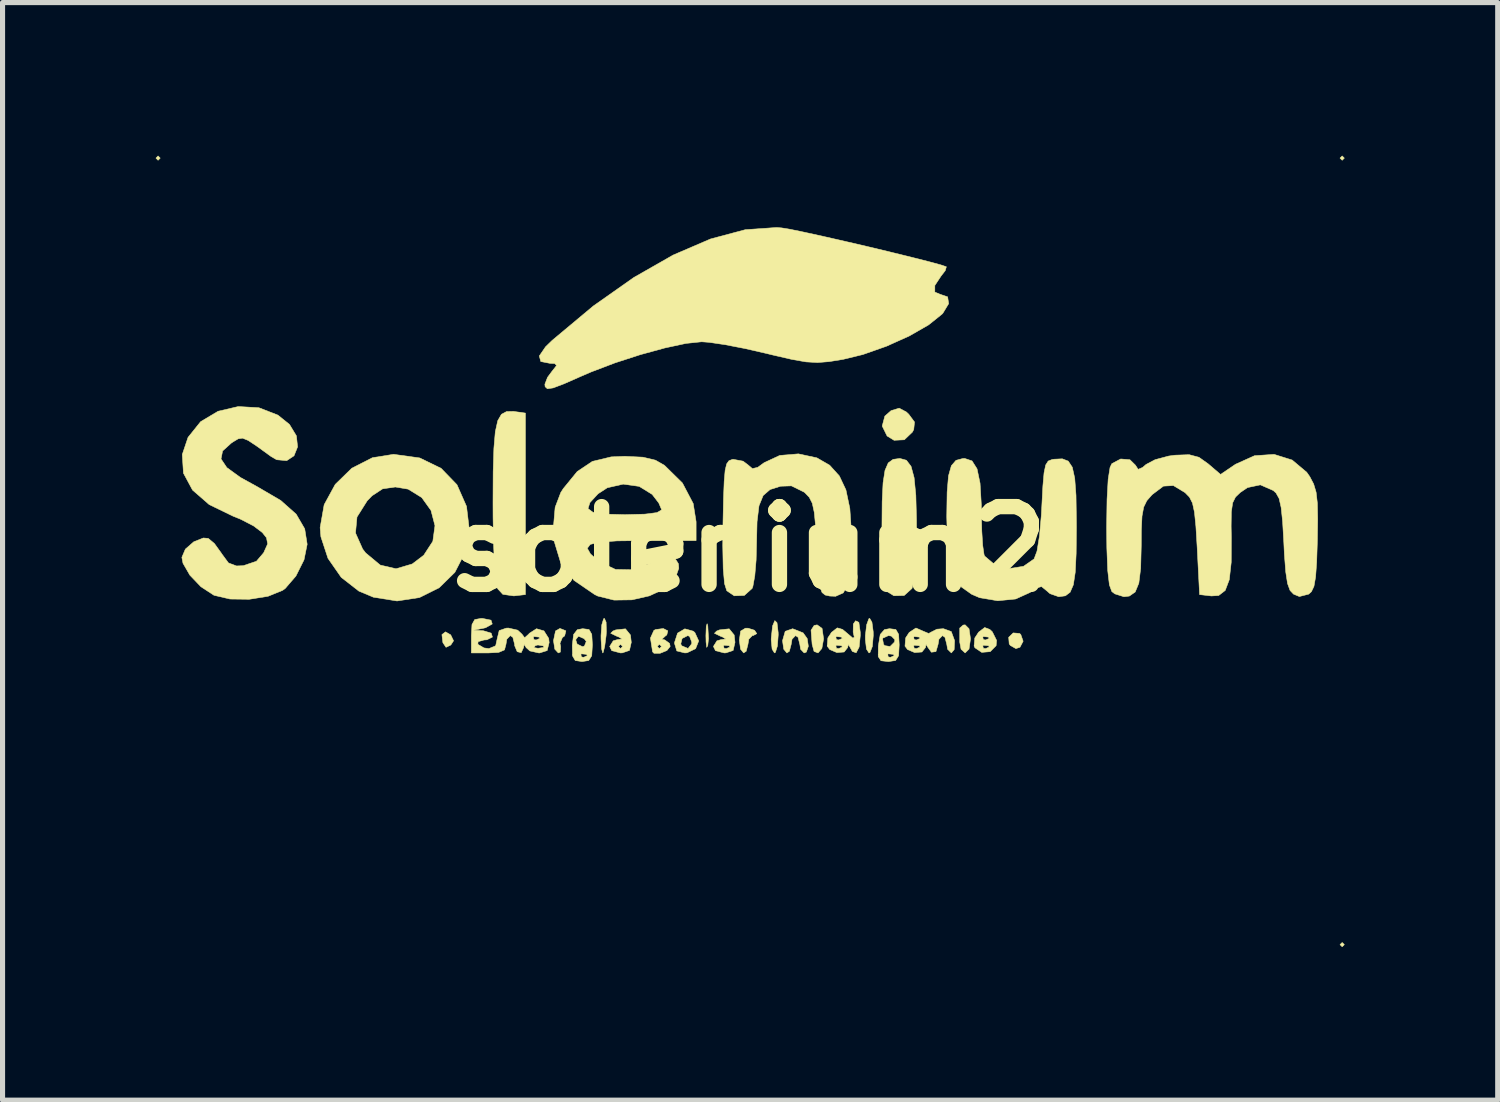
<source format=kicad_pcb>
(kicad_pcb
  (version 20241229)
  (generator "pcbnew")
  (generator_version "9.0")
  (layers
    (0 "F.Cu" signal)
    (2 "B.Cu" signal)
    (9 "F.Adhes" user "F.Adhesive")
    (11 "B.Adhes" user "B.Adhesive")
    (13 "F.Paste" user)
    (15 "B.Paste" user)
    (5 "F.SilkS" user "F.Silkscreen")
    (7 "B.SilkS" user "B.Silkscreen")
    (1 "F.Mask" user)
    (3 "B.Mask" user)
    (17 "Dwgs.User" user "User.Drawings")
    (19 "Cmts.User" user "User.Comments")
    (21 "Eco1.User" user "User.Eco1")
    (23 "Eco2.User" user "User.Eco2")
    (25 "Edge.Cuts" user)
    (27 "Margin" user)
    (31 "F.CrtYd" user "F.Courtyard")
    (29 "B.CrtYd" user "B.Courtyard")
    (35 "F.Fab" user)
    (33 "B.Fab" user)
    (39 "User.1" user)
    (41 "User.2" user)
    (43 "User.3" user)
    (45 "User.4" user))
  (footprint "solenium2"
    (layer "F.Cu")
    (at 11.604 7.71)
    (property "Reference" "solenium2" (at 0 0 0) (layer "F.SilkS") (effects (font (size 1.524 1.524) (thickness 0.3))))
    (attr through_hole)
    (fp_poly (pts (xy -11.515 -7.662) (xy -11.557 -7.62) (xy -11.599 -7.662) (xy -11.557 -7.705) (xy -11.515 -7.662)) (stroke (width 0.01) (type solid)) (fill yes) (layer "F.SilkS"))
    (fp_poly (pts (xy 11.684 -7.662) (xy 11.642 -7.62) (xy 11.599 -7.662) (xy 11.642 -7.705) (xy 11.684 -7.662)) (stroke (width 0.01) (type solid)) (fill yes) (layer "F.SilkS"))
    (fp_poly (pts (xy 11.684 7.747) (xy 11.642 7.789) (xy 11.599 7.747) (xy 11.642 7.705) (xy 11.684 7.747)) (stroke (width 0.01) (type solid)) (fill yes) (layer "F.SilkS"))
    (fp_poly (pts (xy -5.824 1.678) (xy -5.768 1.794) (xy -5.822 1.877) (xy -5.916 1.922) (xy -5.977 1.831) (xy -5.996 1.673) (xy -5.926 1.619) (xy -5.824 1.678)) (stroke (width 0.01) (type solid)) (fill yes) (layer "F.SilkS"))
    (fp_poly (pts (xy -0.787 1.503) (xy -0.773 1.75) (xy -0.787 1.884) (xy -0.808 1.924) (xy -0.821 1.818) (xy -0.824 1.693) (xy -0.817 1.51) (xy -0.8 1.46) (xy -0.787 1.503)) (stroke (width 0.01) (type solid)) (fill yes) (layer "F.SilkS"))
    (fp_poly (pts (xy 5.32 1.65) (xy 5.344 1.669) (xy 5.391 1.803) (xy 5.329 1.921) (xy 5.249 1.947) (xy 5.141 1.886) (xy 5.118 1.855) (xy 5.108 1.726) (xy 5.197 1.64) (xy 5.32 1.65)) (stroke (width 0.01) (type solid)) (fill yes) (layer "F.SilkS"))
    (fp_poly (pts (xy 1.452 1.551) (xy 1.482 1.757) (xy 1.448 1.944) (xy 1.373 2.032) (xy 1.295 2.002) (xy 1.257 1.863) (xy 1.242 1.667) (xy 1.236 1.587) (xy 1.296 1.494) (xy 1.355 1.482) (xy 1.452 1.551)) (stroke (width 0.01) (type solid)) (fill yes) (layer "F.SilkS"))
    (fp_poly (pts (xy -3.567 1.599) (xy -3.591 1.697) (xy -3.637 1.733) (xy -3.683 1.844) (xy -3.67 1.908) (xy -3.675 2.015) (xy -3.716 2.032) (xy -3.784 1.959) (xy -3.81 1.792) (xy -3.77 1.601) (xy -3.683 1.552) (xy -3.567 1.599)) (stroke (width 0.01) (type solid)) (fill yes) (layer "F.SilkS"))
    (fp_poly (pts (xy 0.569 1.44) (xy 0.592 1.634) (xy 0.593 1.679) (xy 0.577 1.896) (xy 0.538 2.021) (xy 0.519 2.032) (xy 0.473 1.958) (xy 0.455 1.776) (xy 0.456 1.743) (xy 0.482 1.503) (xy 0.526 1.399) (xy 0.569 1.44)) (stroke (width 0.01) (type solid)) (fill yes) (layer "F.SilkS"))
    (fp_poly (pts (xy 4.331 1.558) (xy 4.36 1.756) (xy 4.36 1.757) (xy 4.331 1.956) (xy 4.255 2.032) (xy 4.255 2.032) (xy 4.175 1.96) (xy 4.149 1.82) (xy 4.149 1.545) (xy 4.216 1.486) (xy 4.255 1.482) (xy 4.331 1.558)) (stroke (width 0.01) (type solid)) (fill yes) (layer "F.SilkS"))
    (fp_poly (pts (xy -2.779 1.429) (xy -2.774 1.616) (xy -2.779 1.693) (xy -2.807 1.905) (xy -2.837 2.023) (xy -2.845 2.032) (xy -2.866 1.957) (xy -2.878 1.769) (xy -2.879 1.693) (xy -2.864 1.481) (xy -2.828 1.363) (xy -2.813 1.355) (xy -2.779 1.429)) (stroke (width 0.01) (type solid)) (fill yes) (layer "F.SilkS"))
    (fp_poly (pts (xy 2.429 1.43) (xy 2.454 1.618) (xy 2.455 1.693) (xy 2.437 1.905) (xy 2.39 2.023) (xy 2.371 2.032) (xy 2.322 1.957) (xy 2.3 1.77) (xy 2.3 1.693) (xy 2.325 1.481) (xy 2.368 1.363) (xy 2.385 1.355) (xy 2.429 1.43)) (stroke (width 0.01) (type solid)) (fill yes) (layer "F.SilkS"))
    (fp_poly (pts (xy 3.104 -2.688) (xy 3.151 -2.643) (xy 3.263 -2.492) (xy 3.248 -2.347) (xy 3.223 -2.296) (xy 3.064 -2.144) (xy 2.863 -2.134) (xy 2.726 -2.218) (xy 2.63 -2.413) (xy 2.682 -2.608) (xy 2.804 -2.715) (xy 2.963 -2.763) (xy 3.104 -2.688)) (stroke (width 0.01) (type solid)) (fill yes) (layer "F.SilkS"))
    (fp_poly (pts (xy 0 1.547) (xy 0.129 1.588) (xy 0.173 1.654) (xy 0.101 1.693) (xy 0.085 1.693) (xy 0.016 1.764) (xy 0 1.863) (xy -0.035 2) (xy -0.085 2.032) (xy -0.145 1.959) (xy -0.169 1.783) (xy -0.144 1.604) (xy -0.049 1.547) (xy 0 1.547)) (stroke (width 0.01) (type solid)) (fill yes) (layer "F.SilkS"))
    (fp_poly (pts (xy 1.081 1.639) (xy 1.161 1.751) (xy 1.183 1.902) (xy 1.144 2.015) (xy 1.101 2.032) (xy 1.032 1.961) (xy 1.016 1.863) (xy 0.981 1.725) (xy 0.931 1.693) (xy 0.863 1.764) (xy 0.847 1.863) (xy 0.811 2) (xy 0.762 2.032) (xy 0.701 1.959) (xy 0.677 1.792) (xy 0.73 1.608) (xy 0.876 1.558) (xy 1.081 1.639)) (stroke (width 0.01) (type solid)) (fill yes) (layer "F.SilkS"))
    (fp_poly (pts (xy -4.567 -2.696) (xy -4.36 -2.667) (xy -4.36 0.889) (xy -4.587 0.915) (xy -4.803 0.884) (xy -4.905 0.773) (xy -4.938 0.624) (xy -4.965 0.327) (xy -4.984 -0.095) (xy -4.994 -0.621) (xy -4.995 -0.91) (xy -4.992 -1.517) (xy -4.978 -1.974) (xy -4.95 -2.301) (xy -4.902 -2.518) (xy -4.83 -2.643) (xy -4.729 -2.697) (xy -4.594 -2.7) (xy -4.567 -2.696)) (stroke (width 0.01) (type solid)) (fill yes) (layer "F.SilkS"))
    (fp_poly (pts (xy -2.302 1.681) (xy -2.286 1.825) (xy -2.322 1.983) (xy -2.463 2.031) (xy -2.498 2.032) (xy -2.668 1.988) (xy -2.709 1.905) (xy -2.54 1.905) (xy -2.498 1.947) (xy -2.455 1.905) (xy -2.498 1.863) (xy -2.54 1.905) (xy -2.709 1.905) (xy -2.64 1.795) (xy -2.561 1.772) (xy -2.467 1.76) (xy -2.528 1.721) (xy -2.576 1.702) (xy -2.689 1.647) (xy -2.645 1.603) (xy -2.59 1.581) (xy -2.4 1.56) (xy -2.302 1.681)) (stroke (width 0.01) (type solid)) (fill yes) (layer "F.SilkS"))
    (fp_poly (pts (xy -1.57 1.599) (xy -1.59 1.679) (xy -1.621 1.703) (xy -1.686 1.764) (xy -1.63 1.777) (xy -1.536 1.846) (xy -1.524 1.905) (xy -1.588 1.985) (xy -1.721 2.039) (xy -1.841 2.039) (xy -1.869 2.011) (xy -1.885 1.905) (xy -1.778 1.905) (xy -1.736 1.947) (xy -1.693 1.905) (xy -1.736 1.863) (xy -1.778 1.905) (xy -1.885 1.905) (xy -1.911 1.741) (xy -1.843 1.591) (xy -1.811 1.574) (xy -1.659 1.554) (xy -1.57 1.599)) (stroke (width 0.01) (type solid)) (fill yes) (layer "F.SilkS"))
    (fp_poly (pts (xy -1.071 1.606) (xy -1.04 1.633) (xy -0.965 1.797) (xy -1.026 1.949) (xy -1.193 2.029) (xy -1.237 2.032) (xy -1.394 1.993) (xy -1.435 1.858) (xy -1.317 1.858) (xy -1.296 1.893) (xy -1.173 1.945) (xy -1.103 1.854) (xy -1.101 1.82) (xy -1.144 1.708) (xy -1.18 1.693) (xy -1.291 1.749) (xy -1.317 1.858) (xy -1.435 1.858) (xy -1.439 1.845) (xy -1.439 1.829) (xy -1.379 1.644) (xy -1.237 1.56) (xy -1.071 1.606)) (stroke (width 0.01) (type solid)) (fill yes) (layer "F.SilkS"))
    (fp_poly (pts (xy 3.104 -1.743) (xy 3.195 -1.624) (xy 3.255 -1.402) (xy 3.289 -1.056) (xy 3.302 -0.567) (xy 3.302 -0.423) (xy 3.295 -0.009) (xy 3.276 0.354) (xy 3.248 0.627) (xy 3.214 0.768) (xy 3.06 0.907) (xy 2.859 0.912) (xy 2.726 0.83) (xy 2.678 0.699) (xy 2.645 0.415) (xy 2.628 -0.027) (xy 2.625 -0.423) (xy 2.629 -0.935) (xy 2.647 -1.301) (xy 2.685 -1.545) (xy 2.748 -1.69) (xy 2.843 -1.76) (xy 2.976 -1.778) (xy 2.977 -1.778) (xy 3.104 -1.743)) (stroke (width 0.01) (type solid)) (fill yes) (layer "F.SilkS"))
    (fp_poly (pts (xy -0.27 1.681) (xy -0.254 1.825) (xy -0.29 1.983) (xy -0.431 2.031) (xy -0.466 2.032) (xy -0.636 1.988) (xy -0.677 1.905) (xy -0.668 1.891) (xy -0.48 1.891) (xy -0.468 1.941) (xy -0.423 1.947) (xy -0.354 1.916) (xy -0.367 1.891) (xy -0.467 1.881) (xy -0.48 1.891) (xy -0.668 1.891) (xy -0.608 1.795) (xy -0.529 1.772) (xy -0.435 1.76) (xy -0.496 1.721) (xy -0.544 1.702) (xy -0.657 1.647) (xy -0.613 1.603) (xy -0.558 1.581) (xy -0.368 1.56) (xy -0.27 1.681)) (stroke (width 0.01) (type solid)) (fill yes) (layer "F.SilkS"))
    (fp_poly (pts (xy 4.738 1.572) (xy 4.787 1.618) (xy 4.871 1.786) (xy 4.862 1.89) (xy 4.746 2.007) (xy 4.58 2.021) (xy 4.447 1.931) (xy 4.431 1.898) (xy 4.431 1.891) (xy 4.6 1.891) (xy 4.612 1.941) (xy 4.657 1.947) (xy 4.726 1.916) (xy 4.713 1.891) (xy 4.613 1.881) (xy 4.6 1.891) (xy 4.431 1.891) (xy 4.444 1.739) (xy 4.456 1.722) (xy 4.6 1.722) (xy 4.612 1.772) (xy 4.657 1.778) (xy 4.726 1.747) (xy 4.713 1.722) (xy 4.613 1.711) (xy 4.6 1.722) (xy 4.456 1.722) (xy 4.518 1.626) (xy 4.638 1.534) (xy 4.738 1.572)) (stroke (width 0.01) (type solid)) (fill yes) (layer "F.SilkS"))
    (fp_poly (pts (xy -3.114 1.573) (xy -3.06 1.667) (xy -3.048 1.874) (xy -3.061 2.088) (xy -3.12 2.181) (xy -3.251 2.201) (xy -3.384 2.181) (xy -3.438 2.089) (xy -3.438 2.06) (xy -3.274 2.06) (xy -3.262 2.111) (xy -3.217 2.117) (xy -3.148 2.086) (xy -3.161 2.06) (xy -3.261 2.05) (xy -3.274 2.06) (xy -3.438 2.06) (xy -3.442 1.884) (xy -3.429 1.774) (xy -3.375 1.774) (xy -3.347 1.858) (xy -3.241 1.91) (xy -3.204 1.897) (xy -3.168 1.807) (xy -3.209 1.753) (xy -3.322 1.704) (xy -3.375 1.774) (xy -3.429 1.774) (xy -3.416 1.67) (xy -3.343 1.577) (xy -3.239 1.557) (xy -3.114 1.573)) (stroke (width 0.01) (type solid)) (fill yes) (layer "F.SilkS"))
    (fp_poly (pts (xy 2.897 1.573) (xy 2.952 1.667) (xy 2.963 1.874) (xy 2.951 2.087) (xy 2.893 2.18) (xy 2.756 2.201) (xy 2.747 2.201) (xy 2.606 2.185) (xy 2.552 2.103) (xy 2.552 2.06) (xy 2.738 2.06) (xy 2.749 2.111) (xy 2.794 2.117) (xy 2.864 2.086) (xy 2.85 2.06) (xy 2.75 2.05) (xy 2.738 2.06) (xy 2.552 2.06) (xy 2.554 1.906) (xy 2.556 1.884) (xy 2.579 1.745) (xy 2.635 1.745) (xy 2.656 1.862) (xy 2.679 1.889) (xy 2.784 1.906) (xy 2.87 1.82) (xy 2.879 1.773) (xy 2.81 1.702) (xy 2.752 1.693) (xy 2.635 1.745) (xy 2.579 1.745) (xy 2.592 1.669) (xy 2.674 1.575) (xy 2.773 1.557) (xy 2.897 1.573)) (stroke (width 0.01) (type solid)) (fill yes) (layer "F.SilkS"))
    (fp_poly (pts (xy -6.43 -1.788) (xy -6.011 -1.584) (xy -5.701 -1.263) (xy -5.514 -0.839) (xy -5.464 -0.423) (xy -5.538 0.055) (xy -5.742 0.453) (xy -6.05 0.755) (xy -6.436 0.947) (xy -6.875 1.014) (xy -7.339 0.94) (xy -7.623 0.821) (xy -7.969 0.551) (xy -8.228 0.179) (xy -8.367 -0.243) (xy -8.373 -0.317) (xy -7.689 -0.317) (xy -7.549 -0.003) (xy -7.49 0.073) (xy -7.204 0.311) (xy -6.895 0.383) (xy -6.577 0.289) (xy -6.352 0.118) (xy -6.174 -0.155) (xy -6.132 -0.461) (xy -6.21 -0.76) (xy -6.391 -1.012) (xy -6.658 -1.177) (xy -6.909 -1.219) (xy -7.158 -1.183) (xy -7.365 -1.047) (xy -7.461 -0.947) (xy -7.66 -0.631) (xy -7.689 -0.317) (xy -8.373 -0.317) (xy -8.382 -0.423) (xy -8.303 -0.872) (xy -8.086 -1.27) (xy -7.761 -1.587) (xy -7.357 -1.793) (xy -6.943 -1.859) (xy -6.43 -1.788)) (stroke (width 0.01) (type solid)) (fill yes) (layer "F.SilkS"))
    (fp_poly (pts (xy 2.173 1.433) (xy 2.2 1.626) (xy 2.201 1.688) (xy 2.178 1.917) (xy 2.12 2.029) (xy 2.045 2.003) (xy 2.003 1.926) (xy 1.965 1.864) (xy 1.954 1.926) (xy 1.884 2.014) (xy 1.742 2.025) (xy 1.603 1.966) (xy 1.552 1.898) (xy 1.553 1.891) (xy 1.722 1.891) (xy 1.733 1.941) (xy 1.778 1.947) (xy 1.848 1.916) (xy 1.834 1.891) (xy 1.734 1.881) (xy 1.722 1.891) (xy 1.553 1.891) (xy 1.565 1.739) (xy 1.576 1.722) (xy 1.722 1.722) (xy 1.733 1.772) (xy 1.778 1.778) (xy 1.848 1.747) (xy 1.834 1.722) (xy 1.734 1.711) (xy 1.722 1.722) (xy 1.576 1.722) (xy 1.637 1.629) (xy 1.75 1.541) (xy 1.853 1.571) (xy 1.939 1.643) (xy 2.057 1.743) (xy 2.083 1.722) (xy 2.061 1.626) (xy 2.064 1.465) (xy 2.109 1.402) (xy 2.173 1.433)) (stroke (width 0.01) (type solid)) (fill yes) (layer "F.SilkS"))
    (fp_poly (pts (xy 3.416 1.598) (xy 3.417 1.599) (xy 3.541 1.651) (xy 3.589 1.624) (xy 3.702 1.567) (xy 3.829 1.557) (xy 3.983 1.613) (xy 4.047 1.787) (xy 4.048 1.799) (xy 4.04 1.967) (xy 3.985 2.032) (xy 3.912 1.961) (xy 3.895 1.863) (xy 3.859 1.725) (xy 3.81 1.693) (xy 3.741 1.764) (xy 3.725 1.863) (xy 3.683 2.006) (xy 3.594 2.018) (xy 3.527 1.926) (xy 3.489 1.864) (xy 3.478 1.926) (xy 3.408 2.014) (xy 3.266 2.025) (xy 3.127 1.966) (xy 3.076 1.898) (xy 3.077 1.891) (xy 3.246 1.891) (xy 3.257 1.941) (xy 3.302 1.947) (xy 3.372 1.916) (xy 3.358 1.891) (xy 3.258 1.881) (xy 3.246 1.891) (xy 3.077 1.891) (xy 3.089 1.738) (xy 3.1 1.722) (xy 3.246 1.722) (xy 3.257 1.772) (xy 3.302 1.778) (xy 3.372 1.747) (xy 3.358 1.722) (xy 3.258 1.711) (xy 3.246 1.722) (xy 3.1 1.722) (xy 3.159 1.631) (xy 3.291 1.544) (xy 3.416 1.598)) (stroke (width 0.01) (type solid)) (fill yes) (layer "F.SilkS"))
    (fp_poly (pts (xy 1.35 -1.79) (xy 1.6 -1.646) (xy 1.79 -1.436) (xy 1.919 -1.163) (xy 1.996 -0.797) (xy 2.029 -0.307) (xy 2.032 -0.08) (xy 2.016 0.373) (xy 1.965 0.678) (xy 1.868 0.855) (xy 1.718 0.922) (xy 1.604 0.918) (xy 1.513 0.898) (xy 1.451 0.848) (xy 1.411 0.738) (xy 1.385 0.537) (xy 1.363 0.215) (xy 1.35 -0.032) (xy 1.326 -0.444) (xy 1.299 -0.722) (xy 1.26 -0.901) (xy 1.201 -1.017) (xy 1.115 -1.106) (xy 1.099 -1.119) (xy 0.852 -1.241) (xy 0.638 -1.234) (xy 0.433 -1.169) (xy 0.297 -1.051) (xy 0.216 -0.851) (xy 0.178 -0.538) (xy 0.169 -0.148) (xy 0.16 0.211) (xy 0.134 0.519) (xy 0.097 0.726) (xy 0.082 0.768) (xy -0.072 0.906) (xy -0.269 0.913) (xy -0.415 0.814) (xy -0.459 0.675) (xy -0.485 0.382) (xy -0.494 -0.071) (xy -0.489 -0.52) (xy -0.479 -0.996) (xy -0.466 -1.329) (xy -0.447 -1.546) (xy -0.417 -1.672) (xy -0.372 -1.734) (xy -0.308 -1.758) (xy -0.289 -1.761) (xy -0.096 -1.725) (xy -0.004 -1.656) (xy 0.087 -1.579) (xy 0.192 -1.604) (xy 0.317 -1.695) (xy 0.622 -1.837) (xy 0.988 -1.868) (xy 1.35 -1.79)) (stroke (width 0.01) (type solid)) (fill yes) (layer "F.SilkS"))
    (fp_poly (pts (xy 4.39 -1.73) (xy 4.488 -1.575) (xy 4.547 -1.293) (xy 4.572 -0.869) (xy 4.573 -0.704) (xy 4.581 -0.358) (xy 4.599 -0.074) (xy 4.625 0.104) (xy 4.637 0.135) (xy 4.844 0.311) (xy 5.12 0.379) (xy 5.399 0.335) (xy 5.606 0.19) (xy 5.663 0.038) (xy 5.711 -0.257) (xy 5.748 -0.669) (xy 5.757 -0.838) (xy 5.778 -1.237) (xy 5.801 -1.497) (xy 5.833 -1.65) (xy 5.882 -1.727) (xy 5.958 -1.757) (xy 5.995 -1.763) (xy 6.158 -1.771) (xy 6.275 -1.726) (xy 6.354 -1.607) (xy 6.402 -1.391) (xy 6.427 -1.055) (xy 6.434 -0.579) (xy 6.435 -0.43) (xy 6.43 0.084) (xy 6.412 0.451) (xy 6.375 0.697) (xy 6.312 0.843) (xy 6.219 0.913) (xy 6.089 0.931) (xy 5.918 0.871) (xy 5.843 0.806) (xy 5.752 0.732) (xy 5.643 0.762) (xy 5.525 0.848) (xy 5.245 0.975) (xy 4.893 1.01) (xy 4.538 0.95) (xy 4.383 0.883) (xy 4.184 0.742) (xy 4.044 0.549) (xy 3.956 0.276) (xy 3.909 -0.106) (xy 3.895 -0.625) (xy 3.895 -0.656) (xy 3.902 -1.119) (xy 3.929 -1.437) (xy 3.985 -1.636) (xy 4.076 -1.741) (xy 4.21 -1.777) (xy 4.247 -1.778) (xy 4.39 -1.73)) (stroke (width 0.01) (type solid)) (fill yes) (layer "F.SilkS"))
    (fp_poly (pts (xy -2.059 -1.803) (xy -1.812 -1.744) (xy -1.636 -1.643) (xy -1.284 -1.297) (xy -1.073 -0.895) (xy -1.016 -0.538) (xy -1.016 -0.169) (xy -2.074 -0.169) (xy -2.566 -0.163) (xy -2.901 -0.14) (xy -3.091 -0.094) (xy -3.148 -0.018) (xy -3.086 0.092) (xy -2.915 0.243) (xy -2.91 0.248) (xy -2.595 0.396) (xy -2.241 0.403) (xy -1.905 0.27) (xy -1.865 0.243) (xy -1.629 0.122) (xy -1.454 0.138) (xy -1.362 0.286) (xy -1.355 0.373) (xy -1.432 0.592) (xy -1.637 0.777) (xy -1.931 0.914) (xy -2.273 0.992) (xy -2.623 0.997) (xy -2.942 0.918) (xy -3.005 0.887) (xy -3.409 0.61) (xy -3.664 0.281) (xy -3.789 -0.131) (xy -3.81 -0.449) (xy -3.78 -0.796) (xy -3.134 -0.796) (xy -3.038 -0.724) (xy -2.798 -0.687) (xy -2.413 -0.677) (xy -2.02 -0.687) (xy -1.784 -0.717) (xy -1.695 -0.768) (xy -1.693 -0.778) (xy -1.747 -0.905) (xy -1.876 -1.073) (xy -1.877 -1.074) (xy -2.131 -1.231) (xy -2.445 -1.275) (xy -2.756 -1.204) (xy -2.937 -1.086) (xy -3.096 -0.914) (xy -3.134 -0.796) (xy -3.78 -0.796) (xy -3.777 -0.823) (xy -3.667 -1.111) (xy -3.619 -1.186) (xy -3.345 -1.522) (xy -3.049 -1.72) (xy -2.679 -1.809) (xy -2.413 -1.82) (xy -2.059 -1.803)) (stroke (width 0.01) (type solid)) (fill yes) (layer "F.SilkS"))
    (fp_poly (pts (xy 0.66 -6.295) (xy 0.82 -6.269) (xy 1.101 -6.211) (xy 1.47 -6.13) (xy 1.896 -6.033) (xy 2.348 -5.928) (xy 2.794 -5.821) (xy 3.202 -5.721) (xy 3.541 -5.635) (xy 3.78 -5.57) (xy 3.886 -5.534) (xy 3.887 -5.533) (xy 3.865 -5.458) (xy 3.781 -5.349) (xy 3.661 -5.167) (xy 3.661 -5.038) (xy 3.763 -4.995) (xy 3.912 -4.944) (xy 3.932 -4.811) (xy 3.819 -4.624) (xy 3.801 -4.605) (xy 3.539 -4.395) (xy 3.161 -4.178) (xy 2.714 -3.977) (xy 2.251 -3.814) (xy 1.866 -3.72) (xy 1.589 -3.675) (xy 1.362 -3.657) (xy 1.137 -3.67) (xy 0.863 -3.718) (xy 0.49 -3.804) (xy 0.35 -3.838) (xy -0.061 -3.932) (xy -0.448 -4.007) (xy -0.759 -4.053) (xy -0.908 -4.064) (xy -1.214 -4.032) (xy -1.628 -3.943) (xy -2.107 -3.812) (xy -2.604 -3.651) (xy -3.075 -3.472) (xy -3.274 -3.386) (xy -3.608 -3.239) (xy -3.817 -3.16) (xy -3.93 -3.144) (xy -3.974 -3.184) (xy -3.979 -3.232) (xy -3.927 -3.367) (xy -3.839 -3.486) (xy -3.749 -3.6) (xy -3.787 -3.638) (xy -3.877 -3.641) (xy -4.059 -3.677) (xy -4.088 -3.786) (xy -3.965 -3.966) (xy -3.834 -4.093) (xy -3.031 -4.764) (xy -2.237 -5.323) (xy -1.466 -5.763) (xy -0.734 -6.078) (xy -0.053 -6.26) (xy 0.561 -6.303) (xy 0.66 -6.295)) (stroke (width 0.01) (type solid)) (fill yes) (layer "F.SilkS"))
    (fp_poly (pts (xy -9.582 -2.772) (xy -9.209 -2.627) (xy -8.983 -2.445) (xy -8.847 -2.221) (xy -8.824 -2.005) (xy -8.894 -1.83) (xy -9.037 -1.735) (xy -9.233 -1.753) (xy -9.341 -1.815) (xy -9.617 -2.015) (xy -9.791 -2.131) (xy -9.902 -2.176) (xy -9.987 -2.163) (xy -10.084 -2.105) (xy -10.123 -2.079) (xy -10.293 -1.925) (xy -10.324 -1.769) (xy -10.21 -1.599) (xy -9.944 -1.406) (xy -9.61 -1.222) (xy -9.154 -0.955) (xy -8.851 -0.686) (xy -8.684 -0.399) (xy -8.636 -0.097) (xy -8.698 0.209) (xy -8.856 0.525) (xy -9.067 0.77) (xy -9.117 0.806) (xy -9.402 0.922) (xy -9.771 0.981) (xy -10.148 0.976) (xy -10.456 0.904) (xy -10.464 0.901) (xy -10.718 0.735) (xy -10.934 0.509) (xy -11.069 0.275) (xy -11.091 0.16) (xy -11.022 -0.002) (xy -10.858 -0.145) (xy -10.67 -0.22) (xy -10.574 -0.212) (xy -10.454 -0.112) (xy -10.321 0.072) (xy -10.309 0.091) (xy -10.178 0.269) (xy -10.021 0.328) (xy -9.888 0.323) (xy -9.63 0.236) (xy -9.488 0.069) (xy -9.41 -0.104) (xy -9.433 -0.225) (xy -9.515 -0.327) (xy -9.684 -0.455) (xy -9.941 -0.588) (xy -10.087 -0.647) (xy -10.555 -0.874) (xy -10.882 -1.159) (xy -11.06 -1.49) (xy -11.083 -1.855) (xy -10.97 -2.191) (xy -10.723 -2.499) (xy -10.381 -2.703) (xy -9.986 -2.795) (xy -9.582 -2.772)) (stroke (width 0.01) (type solid)) (fill yes) (layer "F.SilkS"))
    (fp_poly (pts (xy -5.034 1.39) (xy -5.01 1.465) (xy -5.14 1.538) (xy -5.186 1.549) (xy -5.376 1.586) (xy -5.186 1.597) (xy -5.031 1.644) (xy -5.006 1.721) (xy -5.116 1.775) (xy -5.17 1.778) (xy -5.287 1.811) (xy -5.292 1.863) (xy -5.172 1.934) (xy -5.075 1.947) (xy -4.943 1.892) (xy -4.911 1.746) (xy -4.874 1.594) (xy -4.734 1.546) (xy -4.692 1.545) (xy -4.512 1.586) (xy -4.428 1.664) (xy -4.375 1.735) (xy -4.36 1.722) (xy -4.205 1.722) (xy -4.193 1.772) (xy -4.149 1.778) (xy -4.079 1.747) (xy -4.092 1.722) (xy -4.193 1.711) (xy -4.205 1.722) (xy -4.36 1.722) (xy -4.294 1.662) (xy -4.285 1.649) (xy -4.143 1.558) (xy -3.997 1.6) (xy -3.904 1.747) (xy -3.895 1.829) (xy -3.934 1.986) (xy -4.081 2.032) (xy -4.099 2.032) (xy -4.273 1.993) (xy -4.346 1.927) (xy -4.197 1.927) (xy -4.113 1.941) (xy -4.004 1.925) (xy -4.002 1.896) (xy -4.116 1.876) (xy -4.165 1.889) (xy -4.197 1.927) (xy -4.346 1.927) (xy -4.347 1.926) (xy -4.385 1.864) (xy -4.396 1.926) (xy -4.443 2.027) (xy -4.521 2.008) (xy -4.571 1.89) (xy -4.572 1.863) (xy -4.607 1.725) (xy -4.657 1.693) (xy -4.725 1.764) (xy -4.741 1.863) (xy -4.77 1.973) (xy -4.885 2.022) (xy -5.08 2.032) (xy -5.419 2.032) (xy -5.419 1.693) (xy -5.407 1.475) (xy -5.353 1.378) (xy -5.225 1.355) (xy -5.207 1.355) (xy -5.034 1.39)) (stroke (width 0.01) (type solid)) (fill yes) (layer "F.SilkS"))
    (fp_poly (pts (xy 10.662 -1.747) (xy 10.947 -1.508) (xy 11.008 -1.42) (xy 11.083 -1.277) (xy 11.131 -1.116) (xy 11.156 -0.899) (xy 11.162 -0.588) (xy 11.156 -0.178) (xy 11.142 0.252) (xy 11.121 0.543) (xy 11.089 0.727) (xy 11.039 0.832) (xy 10.986 0.88) (xy 10.803 0.927) (xy 10.689 0.88) (xy 10.62 0.807) (xy 10.571 0.672) (xy 10.536 0.444) (xy 10.509 0.091) (xy 10.499 -0.122) (xy 10.475 -0.538) (xy 10.446 -0.817) (xy 10.406 -0.994) (xy 10.346 -1.101) (xy 10.292 -1.15) (xy 10.039 -1.261) (xy 9.788 -1.208) (xy 9.647 -1.113) (xy 9.552 -1.022) (xy 9.496 -0.909) (xy 9.47 -0.733) (xy 9.466 -0.451) (xy 9.47 -0.236) (xy 9.468 0.255) (xy 9.43 0.597) (xy 9.35 0.808) (xy 9.222 0.907) (xy 9.08 0.916) (xy 8.848 0.889) (xy 8.801 -0.032) (xy 8.776 -0.446) (xy 8.748 -0.725) (xy 8.709 -0.904) (xy 8.65 -1.02) (xy 8.565 -1.107) (xy 8.558 -1.112) (xy 8.335 -1.247) (xy 8.14 -1.236) (xy 7.926 -1.075) (xy 7.912 -1.062) (xy 7.814 -0.95) (xy 7.753 -0.825) (xy 7.72 -0.647) (xy 7.707 -0.373) (xy 7.705 -0.063) (xy 7.694 0.373) (xy 7.658 0.665) (xy 7.587 0.838) (xy 7.472 0.918) (xy 7.366 0.931) (xy 7.188 0.875) (xy 7.129 0.83) (xy 7.081 0.699) (xy 7.048 0.415) (xy 7.031 -0.027) (xy 7.027 -0.423) (xy 7.035 -0.978) (xy 7.057 -1.369) (xy 7.094 -1.603) (xy 7.129 -1.676) (xy 7.303 -1.768) (xy 7.483 -1.753) (xy 7.591 -1.647) (xy 7.644 -1.565) (xy 7.732 -1.602) (xy 7.799 -1.66) (xy 7.977 -1.754) (xy 8.242 -1.825) (xy 8.366 -1.842) (xy 8.644 -1.852) (xy 8.836 -1.801) (xy 9.016 -1.673) (xy 9.259 -1.465) (xy 9.552 -1.664) (xy 9.925 -1.832) (xy 10.308 -1.858) (xy 10.662 -1.747)) (stroke (width 0.01) (type solid)) (fill yes) (layer "F.SilkS")))
  (gr_rect
    (start -3 -3)
    (end 26.293 18.504)
    (stroke (width 0.1) (type default))
    (fill no)
    (layer "Edge.Cuts")))
</source>
